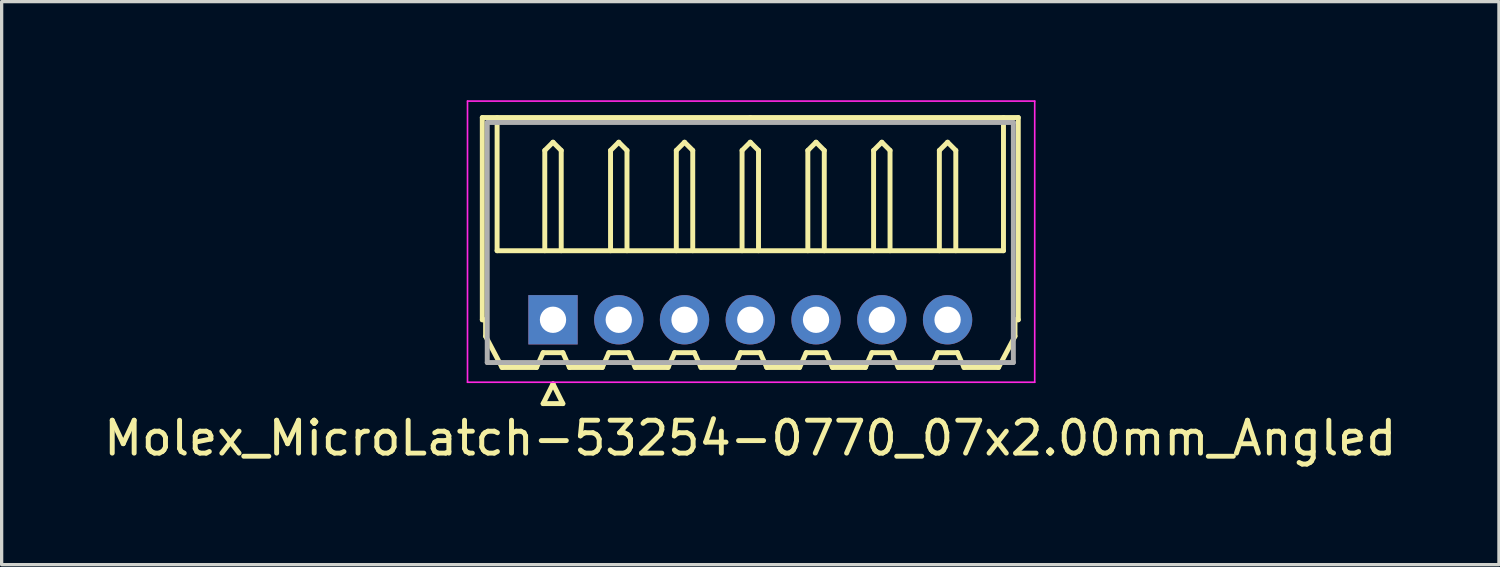
<source format=kicad_pcb>
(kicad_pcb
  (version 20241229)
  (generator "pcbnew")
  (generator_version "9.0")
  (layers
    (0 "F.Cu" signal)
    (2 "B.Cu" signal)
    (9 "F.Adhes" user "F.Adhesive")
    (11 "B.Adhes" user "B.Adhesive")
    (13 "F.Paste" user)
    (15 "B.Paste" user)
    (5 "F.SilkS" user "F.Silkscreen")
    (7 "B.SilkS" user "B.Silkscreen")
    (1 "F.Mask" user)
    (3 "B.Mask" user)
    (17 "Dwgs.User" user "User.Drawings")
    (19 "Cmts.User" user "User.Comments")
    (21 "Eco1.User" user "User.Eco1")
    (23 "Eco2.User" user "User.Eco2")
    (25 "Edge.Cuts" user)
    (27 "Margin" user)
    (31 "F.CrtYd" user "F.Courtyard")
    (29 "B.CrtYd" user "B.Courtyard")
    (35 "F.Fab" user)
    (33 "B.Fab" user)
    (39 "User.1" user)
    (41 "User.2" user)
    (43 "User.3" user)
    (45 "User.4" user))
  (footprint "Molex_MicroLatch-53254-0770_07x2.00mm_Angled"
    (layer "F.Cu")
    (at 13.768 6.675)
    (property "Reference" "Molex_MicroLatch-53254-0770_07x2.00mm_Angled" (at 6 3.6 0) (layer "F.SilkS") (effects (font (size 1 1) (thickness 0.15))))
    (attr through_hole)
    (fp_line (start -2.15 -6.15) (end 6 -6.15) (stroke (width 0.15) (type solid)) (layer "F.SilkS"))
    (fp_line (start -2.15 0) (end -2.15 -6.15) (stroke (width 0.15) (type solid)) (layer "F.SilkS"))
    (fp_line (start -2.05 0) (end -2.15 0) (stroke (width 0.15) (type solid)) (layer "F.SilkS"))
    (fp_line (start -2.05 0.5) (end -2.05 0) (stroke (width 0.15) (type solid)) (layer "F.SilkS"))
    (fp_line (start -1.7 -6.15) (end -1.7 -2.1) (stroke (width 0.15) (type solid)) (layer "F.SilkS"))
    (fp_line (start -1.7 -2.1) (end 13.7 -2.1) (stroke (width 0.15) (type solid)) (layer "F.SilkS"))
    (fp_line (start -1.55 1.45) (end -2.05 0.5) (stroke (width 0.15) (type solid)) (layer "F.SilkS"))
    (fp_line (start -0.5 1.45) (end -1.55 1.45) (stroke (width 0.15) (type solid)) (layer "F.SilkS"))
    (fp_line (start -0.3 1) (end -0.5 1.45) (stroke (width 0.15) (type solid)) (layer "F.SilkS"))
    (fp_line (start -0.3 1) (end 0.3 1) (stroke (width 0.15) (type solid)) (layer "F.SilkS"))
    (fp_line (start -0.3 2.55) (end 0.3 2.55) (stroke (width 0.15) (type solid)) (layer "F.SilkS"))
    (fp_line (start -0.25 -5.15) (end 0 -5.4) (stroke (width 0.15) (type solid)) (layer "F.SilkS"))
    (fp_line (start -0.25 -2.1) (end -0.25 -5.15) (stroke (width 0.15) (type solid)) (layer "F.SilkS"))
    (fp_line (start 0 -5.4) (end 0.25 -5.15) (stroke (width 0.15) (type solid)) (layer "F.SilkS"))
    (fp_line (start 0 1.95) (end -0.3 2.55) (stroke (width 0.15) (type solid)) (layer "F.SilkS"))
    (fp_line (start 0.25 -5.15) (end 0.25 -2.1) (stroke (width 0.15) (type solid)) (layer "F.SilkS"))
    (fp_line (start 0.3 1) (end 0.5 1.45) (stroke (width 0.15) (type solid)) (layer "F.SilkS"))
    (fp_line (start 0.3 2.55) (end 0 1.95) (stroke (width 0.15) (type solid)) (layer "F.SilkS"))
    (fp_line (start 0.5 1.45) (end 1.5 1.45) (stroke (width 0.15) (type solid)) (layer "F.SilkS"))
    (fp_line (start 1.5 1.45) (end 1.7 1) (stroke (width 0.15) (type solid)) (layer "F.SilkS"))
    (fp_line (start 1.7 1) (end 2.3 1) (stroke (width 0.15) (type solid)) (layer "F.SilkS"))
    (fp_line (start 1.75 -5.15) (end 2 -5.4) (stroke (width 0.15) (type solid)) (layer "F.SilkS"))
    (fp_line (start 1.75 -2.1) (end 1.75 -5.15) (stroke (width 0.15) (type solid)) (layer "F.SilkS"))
    (fp_line (start 2 -5.4) (end 2.25 -5.15) (stroke (width 0.15) (type solid)) (layer "F.SilkS"))
    (fp_line (start 2.25 -5.15) (end 2.25 -2.1) (stroke (width 0.15) (type solid)) (layer "F.SilkS"))
    (fp_line (start 2.3 1) (end 2.5 1.45) (stroke (width 0.15) (type solid)) (layer "F.SilkS"))
    (fp_line (start 2.5 1.45) (end 3.5 1.45) (stroke (width 0.15) (type solid)) (layer "F.SilkS"))
    (fp_line (start 3.5 1.45) (end 3.7 1) (stroke (width 0.15) (type solid)) (layer "F.SilkS"))
    (fp_line (start 3.7 1) (end 4.3 1) (stroke (width 0.15) (type solid)) (layer "F.SilkS"))
    (fp_line (start 3.75 -5.15) (end 4 -5.4) (stroke (width 0.15) (type solid)) (layer "F.SilkS"))
    (fp_line (start 3.75 -2.1) (end 3.75 -5.15) (stroke (width 0.15) (type solid)) (layer "F.SilkS"))
    (fp_line (start 4 -5.4) (end 4.25 -5.15) (stroke (width 0.15) (type solid)) (layer "F.SilkS"))
    (fp_line (start 4.25 -5.15) (end 4.25 -2.1) (stroke (width 0.15) (type solid)) (layer "F.SilkS"))
    (fp_line (start 4.3 1) (end 4.5 1.45) (stroke (width 0.15) (type solid)) (layer "F.SilkS"))
    (fp_line (start 4.5 1.45) (end 5.5 1.45) (stroke (width 0.15) (type solid)) (layer "F.SilkS"))
    (fp_line (start 5.5 1.45) (end 5.7 1) (stroke (width 0.15) (type solid)) (layer "F.SilkS"))
    (fp_line (start 5.7 1) (end 6.3 1) (stroke (width 0.15) (type solid)) (layer "F.SilkS"))
    (fp_line (start 5.75 -5.15) (end 6 -5.4) (stroke (width 0.15) (type solid)) (layer "F.SilkS"))
    (fp_line (start 5.75 -2.1) (end 5.75 -5.15) (stroke (width 0.15) (type solid)) (layer "F.SilkS"))
    (fp_line (start 6 -5.4) (end 6.25 -5.15) (stroke (width 0.15) (type solid)) (layer "F.SilkS"))
    (fp_line (start 6.25 -5.15) (end 6.25 -2.1) (stroke (width 0.15) (type solid)) (layer "F.SilkS"))
    (fp_line (start 6.3 1) (end 6.5 1.45) (stroke (width 0.15) (type solid)) (layer "F.SilkS"))
    (fp_line (start 6.5 1.45) (end 7.5 1.45) (stroke (width 0.15) (type solid)) (layer "F.SilkS"))
    (fp_line (start 7.5 1.45) (end 7.7 1) (stroke (width 0.15) (type solid)) (layer "F.SilkS"))
    (fp_line (start 7.7 1) (end 8.3 1) (stroke (width 0.15) (type solid)) (layer "F.SilkS"))
    (fp_line (start 7.75 -5.15) (end 8 -5.4) (stroke (width 0.15) (type solid)) (layer "F.SilkS"))
    (fp_line (start 7.75 -2.1) (end 7.75 -5.15) (stroke (width 0.15) (type solid)) (layer "F.SilkS"))
    (fp_line (start 8 -5.4) (end 8.25 -5.15) (stroke (width 0.15) (type solid)) (layer "F.SilkS"))
    (fp_line (start 8.25 -5.15) (end 8.25 -2.1) (stroke (width 0.15) (type solid)) (layer "F.SilkS"))
    (fp_line (start 8.3 1) (end 8.5 1.45) (stroke (width 0.15) (type solid)) (layer "F.SilkS"))
    (fp_line (start 8.5 1.45) (end 9.5 1.45) (stroke (width 0.15) (type solid)) (layer "F.SilkS"))
    (fp_line (start 9.5 1.45) (end 9.7 1) (stroke (width 0.15) (type solid)) (layer "F.SilkS"))
    (fp_line (start 9.7 1) (end 10.3 1) (stroke (width 0.15) (type solid)) (layer "F.SilkS"))
    (fp_line (start 9.75 -5.15) (end 10 -5.4) (stroke (width 0.15) (type solid)) (layer "F.SilkS"))
    (fp_line (start 9.75 -2.1) (end 9.75 -5.15) (stroke (width 0.15) (type solid)) (layer "F.SilkS"))
    (fp_line (start 10 -5.4) (end 10.25 -5.15) (stroke (width 0.15) (type solid)) (layer "F.SilkS"))
    (fp_line (start 10.25 -5.15) (end 10.25 -2.1) (stroke (width 0.15) (type solid)) (layer "F.SilkS"))
    (fp_line (start 10.3 1) (end 10.5 1.45) (stroke (width 0.15) (type solid)) (layer "F.SilkS"))
    (fp_line (start 10.5 1.45) (end 11.5 1.45) (stroke (width 0.15) (type solid)) (layer "F.SilkS"))
    (fp_line (start 11.5 1.45) (end 11.7 1) (stroke (width 0.15) (type solid)) (layer "F.SilkS"))
    (fp_line (start 11.7 1) (end 12.3 1) (stroke (width 0.15) (type solid)) (layer "F.SilkS"))
    (fp_line (start 11.75 -5.15) (end 12 -5.4) (stroke (width 0.15) (type solid)) (layer "F.SilkS"))
    (fp_line (start 11.75 -2.1) (end 11.75 -5.15) (stroke (width 0.15) (type solid)) (layer "F.SilkS"))
    (fp_line (start 12 -5.4) (end 12.25 -5.15) (stroke (width 0.15) (type solid)) (layer "F.SilkS"))
    (fp_line (start 12.25 -5.15) (end 12.25 -2.1) (stroke (width 0.15) (type solid)) (layer "F.SilkS"))
    (fp_line (start 12.3 1) (end 12.5 1.45) (stroke (width 0.15) (type solid)) (layer "F.SilkS"))
    (fp_line (start 12.5 1.45) (end 13.55 1.45) (stroke (width 0.15) (type solid)) (layer "F.SilkS"))
    (fp_line (start 13.55 1.45) (end 14.05 0.5) (stroke (width 0.15) (type solid)) (layer "F.SilkS"))
    (fp_line (start 13.7 -2.1) (end 13.7 -6.15) (stroke (width 0.15) (type solid)) (layer "F.SilkS"))
    (fp_line (start 14.05 0) (end 14.15 0) (stroke (width 0.15) (type solid)) (layer "F.SilkS"))
    (fp_line (start 14.05 0.5) (end 14.05 0) (stroke (width 0.15) (type solid)) (layer "F.SilkS"))
    (fp_line (start 14.15 -6.15) (end 6 -6.15) (stroke (width 0.15) (type solid)) (layer "F.SilkS"))
    (fp_line (start 14.15 0) (end 14.15 -6.15) (stroke (width 0.15) (type solid)) (layer "F.SilkS"))
    (fp_line (start -2.6 -6.65) (end -2.6 1.9) (stroke (width 0.05) (type solid)) (layer "F.CrtYd"))
    (fp_line (start -2.6 1.9) (end 14.65 1.9) (stroke (width 0.05) (type solid)) (layer "F.CrtYd"))
    (fp_line (start 14.65 -6.65) (end -2.6 -6.65) (stroke (width 0.05) (type solid)) (layer "F.CrtYd"))
    (fp_line (start 14.65 1.9) (end 14.65 -6.65) (stroke (width 0.05) (type solid)) (layer "F.CrtYd"))
    (fp_line (start -2 -6) (end -2 1.3) (stroke (width 0.15) (type solid)) (layer "F.Fab"))
    (fp_line (start -2 1.3) (end 14 1.3) (stroke (width 0.15) (type solid)) (layer "F.Fab"))
    (fp_line (start 14 -6) (end -2 -6) (stroke (width 0.15) (type solid)) (layer "F.Fab"))
    (fp_line (start 14 1.3) (end 14 -6) (stroke (width 0.15) (type solid)) (layer "F.Fab"))
    (pad "1" thru_hole rect (at 0 0) (size 1.5 1.5) (drill 0.8) (layers "*.Cu" "*.Mask"))
    (pad "2" thru_hole circle (at 2 0) (size 1.5 1.5) (drill 0.8) (layers "*.Cu" "*.Mask"))
    (pad "3" thru_hole circle (at 4 0) (size 1.5 1.5) (drill 0.8) (layers "*.Cu" "*.Mask"))
    (pad "4" thru_hole circle (at 6 0) (size 1.5 1.5) (drill 0.8) (layers "*.Cu" "*.Mask"))
    (pad "5" thru_hole circle (at 8 0) (size 1.5 1.5) (drill 0.8) (layers "*.Cu" "*.Mask"))
    (pad "6" thru_hole circle (at 10 0) (size 1.5 1.5) (drill 0.8) (layers "*.Cu" "*.Mask"))
    (pad "7" thru_hole circle (at 12 0) (size 1.5 1.5) (drill 0.8) (layers "*.Cu" "*.Mask")))
  (gr_rect
    (start -3 -3)
    (end 42.536 14.123)
    (stroke (width 0.1) (type default))
    (fill no)
    (layer "Edge.Cuts")))
</source>
